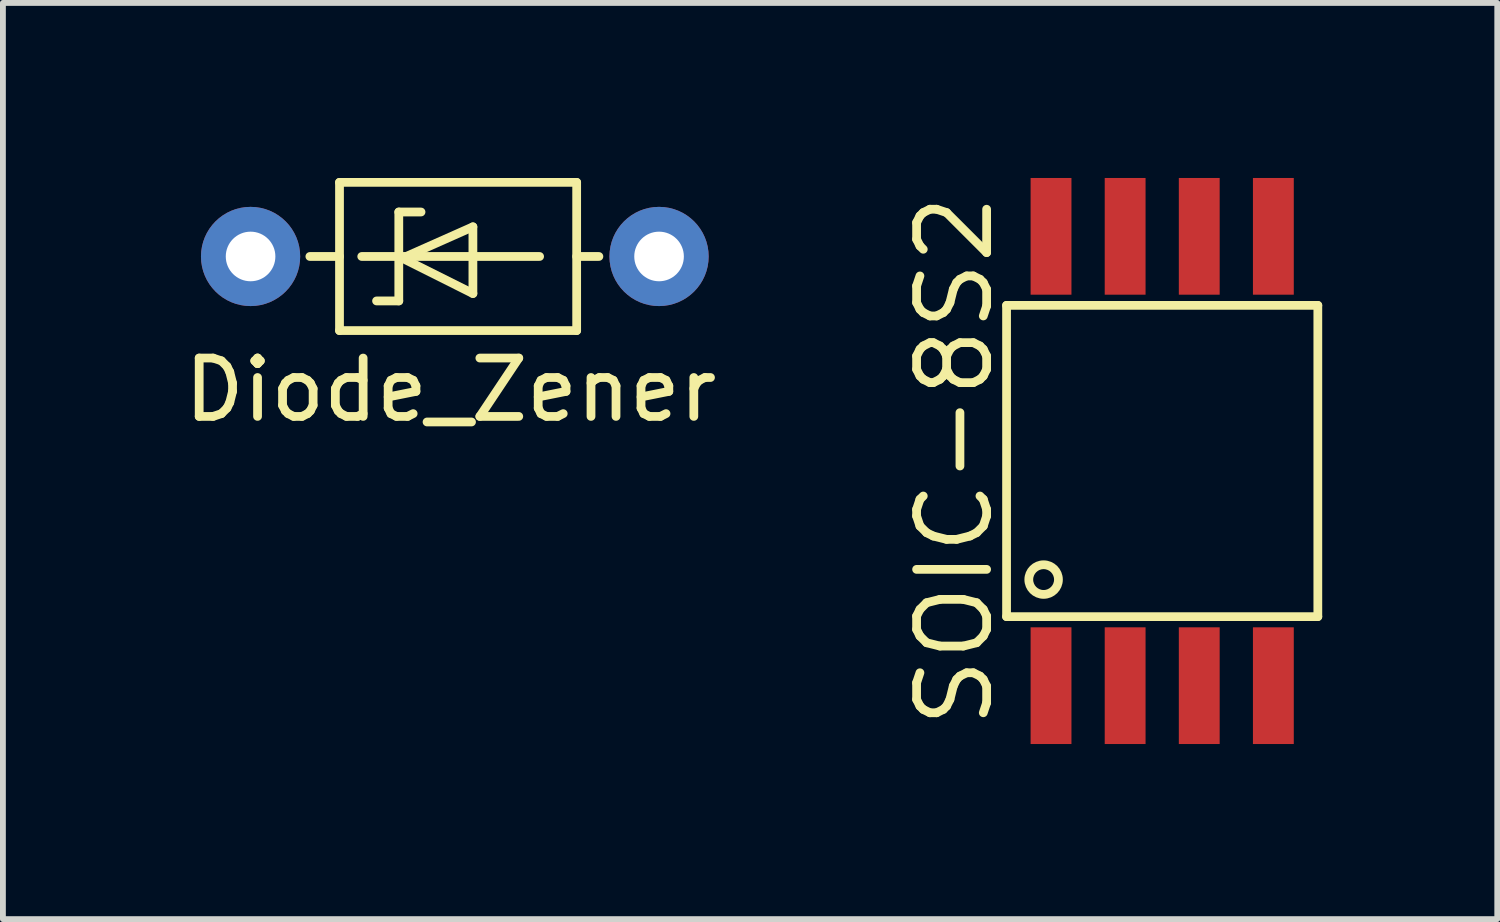
<source format=kicad_pcb>
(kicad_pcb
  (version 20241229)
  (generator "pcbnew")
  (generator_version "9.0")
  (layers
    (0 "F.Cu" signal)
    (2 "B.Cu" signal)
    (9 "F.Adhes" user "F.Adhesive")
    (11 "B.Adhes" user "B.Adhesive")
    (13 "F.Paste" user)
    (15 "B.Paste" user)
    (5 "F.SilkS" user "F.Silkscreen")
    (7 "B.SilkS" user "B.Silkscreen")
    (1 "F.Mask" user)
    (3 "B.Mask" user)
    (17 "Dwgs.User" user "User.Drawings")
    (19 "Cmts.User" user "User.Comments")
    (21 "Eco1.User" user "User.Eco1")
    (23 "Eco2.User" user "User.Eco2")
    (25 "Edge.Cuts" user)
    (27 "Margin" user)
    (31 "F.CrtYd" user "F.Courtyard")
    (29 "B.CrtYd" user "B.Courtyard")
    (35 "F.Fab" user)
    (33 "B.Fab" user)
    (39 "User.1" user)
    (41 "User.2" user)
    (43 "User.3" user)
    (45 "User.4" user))
  (footprint "Diode_Zener"
    (layer "F.Cu")
    (at 1.244 1.345)
    (property "Reference" "Diode_Zener" (at 3.429 2.286 0) (layer "F.SilkS") (effects (font (size 1 1) (thickness 0.15))))
    (attr through_hole)
    (fp_line (start 1.524 -1.27) (end 5.588 -1.27) (stroke (width 0.15) (type solid)) (layer "F.SilkS"))
    (fp_line (start 1.524 0) (end 1.016 0) (stroke (width 0.15) (type solid)) (layer "F.SilkS"))
    (fp_line (start 1.524 1.27) (end 1.524 -1.27) (stroke (width 0.15) (type solid)) (layer "F.SilkS"))
    (fp_line (start 1.905 0) (end 4.953 0) (stroke (width 0.15) (type solid)) (layer "F.SilkS"))
    (fp_line (start 2.54 -0.762) (end 2.54 0.762) (stroke (width 0.15) (type solid)) (layer "F.SilkS"))
    (fp_line (start 2.54 -0.762) (end 2.921 -0.762) (stroke (width 0.15) (type solid)) (layer "F.SilkS"))
    (fp_line (start 2.54 0.762) (end 2.159 0.762) (stroke (width 0.15) (type solid)) (layer "F.SilkS"))
    (fp_line (start 2.667 0) (end 3.81 -0.508) (stroke (width 0.15) (type solid)) (layer "F.SilkS"))
    (fp_line (start 3.81 -0.508) (end 3.81 0.635) (stroke (width 0.15) (type solid)) (layer "F.SilkS"))
    (fp_line (start 3.81 0.635) (end 2.54 0) (stroke (width 0.15) (type solid)) (layer "F.SilkS"))
    (fp_line (start 5.588 -1.27) (end 5.588 1.27) (stroke (width 0.15) (type solid)) (layer "F.SilkS"))
    (fp_line (start 5.588 0) (end 5.969 0) (stroke (width 0.15) (type solid)) (layer "F.SilkS"))
    (fp_line (start 5.588 1.27) (end 1.524 1.27) (stroke (width 0.15) (type solid)) (layer "F.SilkS"))
    (pad "1" thru_hole circle (at 0 0) (size 1.7 1.7) (drill 0.85) (layers "*.Cu" "*.Mask"))
    (pad "2" thru_hole circle (at 7 0) (size 1.7 1.7) (drill 0.85) (layers "*.Cu" "*.Mask")))
  (footprint "SOIC-8S2"
    (layer "F.Cu")
    (at 16.866 4.85)
    (property "Reference" "SOIC-8S2" (at -3.556 0 90) (layer "F.SilkS") (effects (font (size 1.2 1.2) (thickness 0.15))))
    (attr through_hole)
    (fp_line (start -2.667 -2.667) (end 2.667 -2.667) (stroke (width 0.15) (type solid)) (layer "F.SilkS"))
    (fp_line (start -2.667 2.667) (end -2.667 -2.667) (stroke (width 0.15) (type solid)) (layer "F.SilkS"))
    (fp_line (start 2.667 -2.667) (end 2.667 2.667) (stroke (width 0.15) (type solid)) (layer "F.SilkS"))
    (fp_line (start 2.667 2.667) (end -2.667 2.667) (stroke (width 0.15) (type solid)) (layer "F.SilkS"))
    (fp_circle (center -2.032 2.032) (end -1.778 2.032) (stroke (width 0.15) (type solid)) (fill no) (layer "F.SilkS"))
    (pad "1" smd rect (at -1.905 3.85) (size 0.7 2) (layers "F.Cu" "F.Mask" "F.Paste"))
    (pad "2" smd rect (at -0.635 3.85) (size 0.7 2) (layers "F.Cu" "F.Mask" "F.Paste"))
    (pad "3" smd rect (at 0.635 3.85) (size 0.7 2) (layers "F.Cu" "F.Mask" "F.Paste"))
    (pad "4" smd rect (at 1.905 3.85) (size 0.7 2) (layers "F.Cu" "F.Mask" "F.Paste"))
    (pad "5" smd rect (at 1.905 -3.85) (size 0.7 2) (layers "F.Cu" "F.Mask" "F.Paste"))
    (pad "6" smd rect (at 0.635 -3.85) (size 0.7 2) (layers "F.Cu" "F.Mask" "F.Paste"))
    (pad "7" smd rect (at -0.635 -3.85) (size 0.7 2) (layers "F.Cu" "F.Mask" "F.Paste"))
    (pad "8" smd rect (at -1.905 -3.85) (size 0.7 2) (layers "F.Cu" "F.Mask" "F.Paste")))
  (gr_rect
    (start -3 -3)
    (end 22.608 12.7)
    (stroke (width 0.1) (type default))
    (fill no)
    (layer "Edge.Cuts")))
</source>
